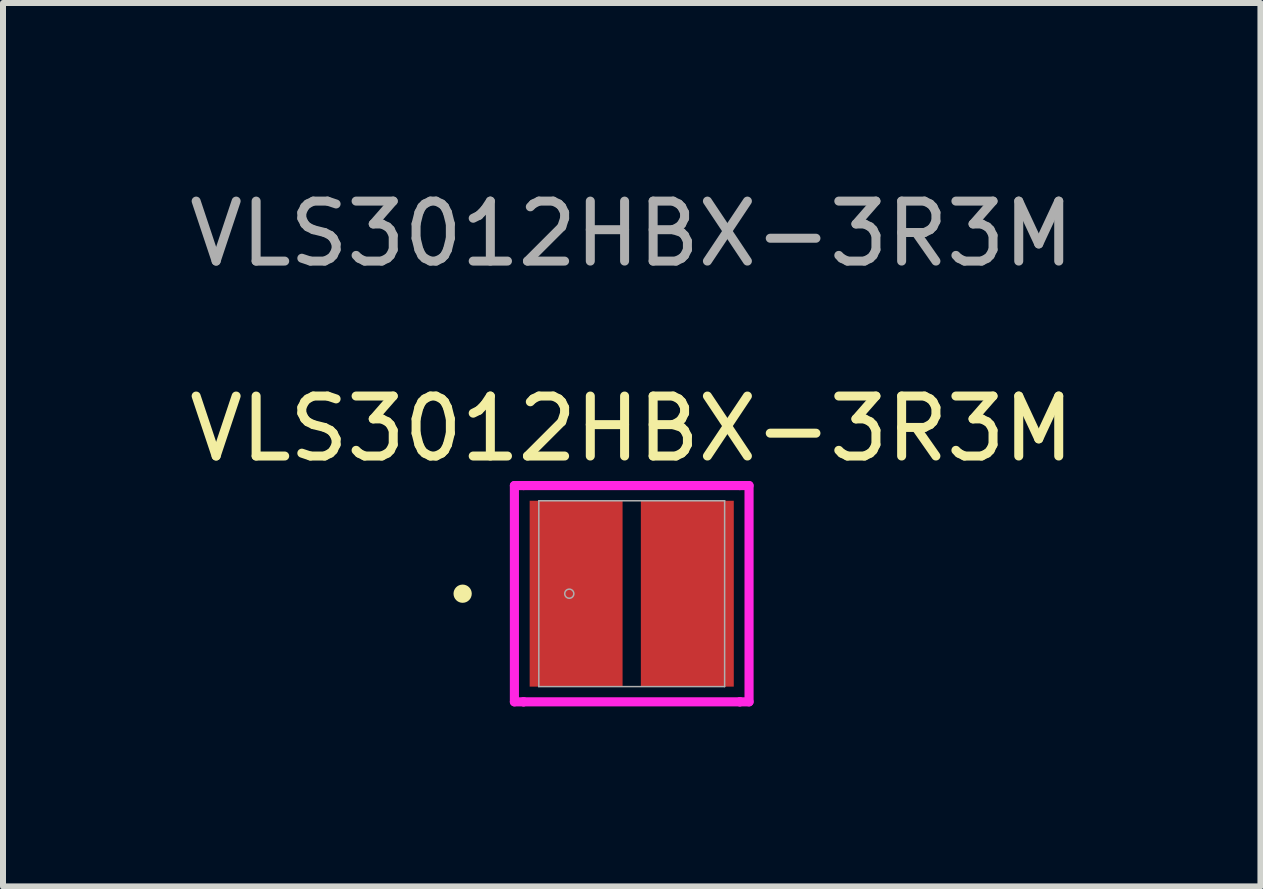
<source format=kicad_pcb>
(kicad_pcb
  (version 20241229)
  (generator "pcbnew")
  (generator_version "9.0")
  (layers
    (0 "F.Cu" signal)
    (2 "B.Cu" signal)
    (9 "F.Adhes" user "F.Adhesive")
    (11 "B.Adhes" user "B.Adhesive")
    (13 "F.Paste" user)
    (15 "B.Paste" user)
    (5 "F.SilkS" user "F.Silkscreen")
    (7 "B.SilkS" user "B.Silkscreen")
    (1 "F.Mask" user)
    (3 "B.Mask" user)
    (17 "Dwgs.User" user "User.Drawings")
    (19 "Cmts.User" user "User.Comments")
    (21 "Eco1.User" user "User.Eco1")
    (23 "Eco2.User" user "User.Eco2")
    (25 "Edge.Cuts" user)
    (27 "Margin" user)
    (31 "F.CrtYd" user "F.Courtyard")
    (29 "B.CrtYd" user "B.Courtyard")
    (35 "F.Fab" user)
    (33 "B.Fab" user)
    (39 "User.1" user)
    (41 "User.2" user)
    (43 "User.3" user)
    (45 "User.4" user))
  (footprint "VLS3012HBX-3R3M"
    (layer "F.Cu")
    (at 7.482 6.848)
    (property "Reference" "VLS3012HBX-3R3M" (at 0 -2.75 0) (unlocked yes) (layer "F.SilkS") (effects (font (size 1 1) (thickness 0.15))))
    (attr smd)
    (fp_circle (center -2.819 0) (end -2.743 0) (stroke (width 0.152) (type solid)) (fill no) (layer "F.SilkS"))
    (fp_line (start -1.956 -1.803) (end -1.803 -1.803) (stroke (width 0.152) (type solid)) (layer "F.CrtYd"))
    (fp_line (start -1.956 1.803) (end -1.956 -1.803) (stroke (width 0.152) (type solid)) (layer "F.CrtYd"))
    (fp_line (start -1.803 -1.803) (end -1.803 -1.803) (stroke (width 0.152) (type solid)) (layer "F.CrtYd"))
    (fp_line (start -1.803 -1.803) (end 1.803 -1.803) (stroke (width 0.152) (type solid)) (layer "F.CrtYd"))
    (fp_line (start -1.803 1.803) (end -1.956 1.803) (stroke (width 0.152) (type solid)) (layer "F.CrtYd"))
    (fp_line (start -1.803 1.803) (end -1.803 1.803) (stroke (width 0.152) (type solid)) (layer "F.CrtYd"))
    (fp_line (start 1.803 -1.803) (end 1.803 -1.803) (stroke (width 0.152) (type solid)) (layer "F.CrtYd"))
    (fp_line (start 1.803 -1.803) (end 1.956 -1.803) (stroke (width 0.152) (type solid)) (layer "F.CrtYd"))
    (fp_line (start 1.803 1.803) (end -1.803 1.803) (stroke (width 0.152) (type solid)) (layer "F.CrtYd"))
    (fp_line (start 1.803 1.803) (end 1.803 1.803) (stroke (width 0.152) (type solid)) (layer "F.CrtYd"))
    (fp_line (start 1.956 -1.803) (end 1.956 1.803) (stroke (width 0.152) (type solid)) (layer "F.CrtYd"))
    (fp_line (start 1.956 1.803) (end 1.803 1.803) (stroke (width 0.152) (type solid)) (layer "F.CrtYd"))
    (fp_line (start -1.549 -1.549) (end -1.549 1.549) (stroke (width 0.025) (type solid)) (layer "F.Fab"))
    (fp_line (start -1.549 1.549) (end 1.549 1.549) (stroke (width 0.025) (type solid)) (layer "F.Fab"))
    (fp_line (start 1.549 -1.549) (end -1.549 -1.549) (stroke (width 0.025) (type solid)) (layer "F.Fab"))
    (fp_line (start 1.549 1.549) (end 1.549 -1.549) (stroke (width 0.025) (type solid)) (layer "F.Fab"))
    (fp_circle (center -1.041 0) (end -0.965 0) (stroke (width 0.025) (type solid)) (fill no) (layer "F.Fab"))
    (fp_text user "${REFERENCE}" (at 0 -6 0) (unlocked yes) (layer "F.Fab") (effects (font (size 1 1) (thickness 0.15))))
    (pad "1" smd rect (at -0.927 0 90) (size 3.099 1.549) (layers "F.Cu" "F.Mask" "F.Paste"))
    (pad "2" smd rect (at 0.927 0 90) (size 3.099 1.549) (layers "F.Cu" "F.Mask" "F.Paste"))
    (zone (net_name "") (layer "F.Cu") (hatch full 0.508) (connect_pads) (min_thickness 0.254) (filled_areas_thickness no) (keepout (tracks not_allowed) (vias not_allowed) (pads allowed) (copperpour not_allowed) (footprints allowed)) (placement (enabled no)) (fill) (polygon (pts (xy 5.984 5.35) (xy 8.981 5.35) (xy 8.981 5.248) (xy 5.984 5.248))))
    (zone (net_name "") (layer "F.Cu") (hatch full 0.508) (connect_pads) (min_thickness 0.254) (filled_areas_thickness no) (keepout (tracks not_allowed) (vias not_allowed) (pads allowed) (copperpour not_allowed) (footprints allowed)) (placement (enabled no)) (fill) (polygon (pts (xy 5.984 8.448) (xy 8.981 8.448) (xy 8.981 8.347) (xy 5.984 8.347))))
    (zone (net_name "") (layer "F.Cu") (hatch full 0.508) (connect_pads) (min_thickness 0.254) (filled_areas_thickness no) (keepout (tracks not_allowed) (vias not_allowed) (pads allowed) (copperpour not_allowed) (footprints allowed)) (placement (enabled no)) (fill) (polygon (pts (xy 7.381 5.248) (xy 7.584 5.248) (xy 7.584 8.448) (xy 7.381 8.448)))))
  (gr_rect
    (start -3 -3)
    (end 17.964 11.728)
    (stroke (width 0.1) (type default))
    (fill no)
    (layer "Edge.Cuts")))
</source>
